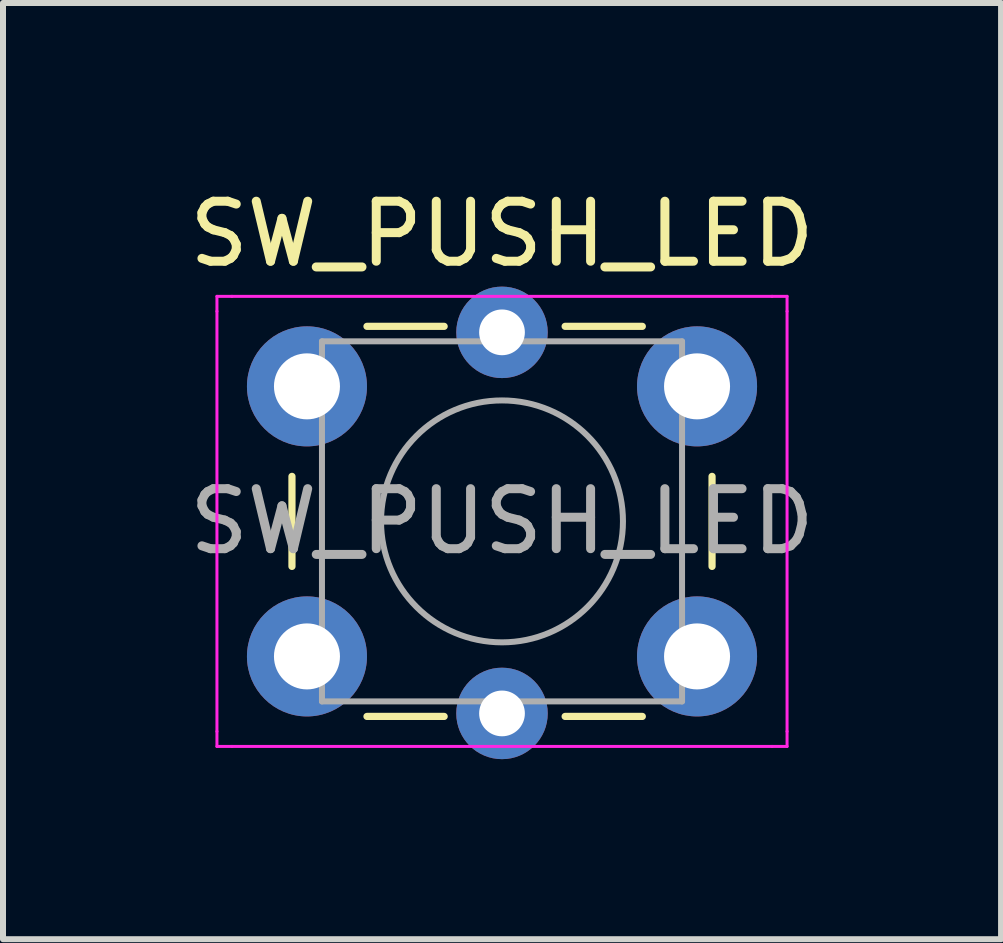
<source format=kicad_pcb>
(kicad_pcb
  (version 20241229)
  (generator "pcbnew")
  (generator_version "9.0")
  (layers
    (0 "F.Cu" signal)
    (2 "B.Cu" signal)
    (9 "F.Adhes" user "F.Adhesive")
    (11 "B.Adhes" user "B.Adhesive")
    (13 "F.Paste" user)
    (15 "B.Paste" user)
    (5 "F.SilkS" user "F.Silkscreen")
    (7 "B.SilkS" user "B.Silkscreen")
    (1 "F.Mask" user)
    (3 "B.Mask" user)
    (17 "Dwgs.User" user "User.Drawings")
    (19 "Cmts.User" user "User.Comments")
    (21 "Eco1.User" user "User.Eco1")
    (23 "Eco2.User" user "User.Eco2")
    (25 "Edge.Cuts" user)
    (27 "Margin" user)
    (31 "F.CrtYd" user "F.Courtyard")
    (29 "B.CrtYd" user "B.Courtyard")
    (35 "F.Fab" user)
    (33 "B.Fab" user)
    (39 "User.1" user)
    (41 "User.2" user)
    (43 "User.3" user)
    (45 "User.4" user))
  (footprint "SW_PUSH_LED"
    (layer "F.Cu")
    (at 5.267 5.59)
    (property "Reference" "SW_PUSH_LED" (at 0.048 -4.742 0) (layer "F.SilkS") (effects (font (size 1 1) (thickness 0.15))))
    (attr through_hole)
    (fp_line (start -3.452 -0.702) (end -3.452 0.798) (stroke (width 0.12) (type solid)) (layer "F.SilkS"))
    (fp_line (start -2.202 3.298) (end -0.916 3.298) (stroke (width 0.12) (type solid)) (layer "F.SilkS"))
    (fp_line (start -0.916 -3.202) (end -2.202 -3.202) (stroke (width 0.12) (type solid)) (layer "F.SilkS"))
    (fp_line (start 1.1 3.298) (end 2.386 3.298) (stroke (width 0.12) (type solid)) (layer "F.SilkS"))
    (fp_line (start 2.386 -3.202) (end 1.1 -3.202) (stroke (width 0.12) (type solid)) (layer "F.SilkS"))
    (fp_line (start 3.548 0.798) (end 3.548 -0.702) (stroke (width 0.12) (type solid)) (layer "F.SilkS"))
    (fp_line (start -4.702 -3.702) (end -4.452 -3.702) (stroke (width 0.05) (type solid)) (layer "F.CrtYd"))
    (fp_line (start -4.702 -3.452) (end -4.702 -3.702) (stroke (width 0.05) (type solid)) (layer "F.CrtYd"))
    (fp_line (start -4.702 3.548) (end -4.702 -3.452) (stroke (width 0.05) (type solid)) (layer "F.CrtYd"))
    (fp_line (start -4.702 3.548) (end -4.702 3.798) (stroke (width 0.05) (type solid)) (layer "F.CrtYd"))
    (fp_line (start -4.702 3.798) (end -4.452 3.798) (stroke (width 0.05) (type solid)) (layer "F.CrtYd"))
    (fp_line (start -4.452 -3.702) (end 4.548 -3.702) (stroke (width 0.05) (type solid)) (layer "F.CrtYd"))
    (fp_line (start 4.548 -3.702) (end 4.798 -3.702) (stroke (width 0.05) (type solid)) (layer "F.CrtYd"))
    (fp_line (start 4.548 3.798) (end -4.452 3.798) (stroke (width 0.05) (type solid)) (layer "F.CrtYd"))
    (fp_line (start 4.548 3.798) (end 4.798 3.798) (stroke (width 0.05) (type solid)) (layer "F.CrtYd"))
    (fp_line (start 4.798 -3.702) (end 4.798 -3.452) (stroke (width 0.05) (type solid)) (layer "F.CrtYd"))
    (fp_line (start 4.798 -3.452) (end 4.798 3.548) (stroke (width 0.05) (type solid)) (layer "F.CrtYd"))
    (fp_line (start 4.798 3.798) (end 4.798 3.548) (stroke (width 0.05) (type solid)) (layer "F.CrtYd"))
    (fp_line (start -2.952 -2.952) (end 0.048 -2.952) (stroke (width 0.1) (type solid)) (layer "F.Fab"))
    (fp_line (start -2.952 3.048) (end -2.952 -2.952) (stroke (width 0.1) (type solid)) (layer "F.Fab"))
    (fp_line (start 0.048 -2.952) (end 3.048 -2.952) (stroke (width 0.1) (type solid)) (layer "F.Fab"))
    (fp_line (start 3.048 -2.952) (end 3.048 3.048) (stroke (width 0.1) (type solid)) (layer "F.Fab"))
    (fp_line (start 3.048 3.048) (end -2.952 3.048) (stroke (width 0.1) (type solid)) (layer "F.Fab"))
    (fp_circle (center 0.048 0.048) (end -1.952 0.298) (stroke (width 0.1) (type solid)) (fill no) (layer "F.Fab"))
    (fp_text user "${REFERENCE}" (at 0.048 0.048 0) (layer "F.Fab") (effects (font (size 1 1) (thickness 0.15))))
    (pad "1" thru_hole circle (at -3.202 -2.202 90) (size 2 2) (drill 1.1) (layers "*.Cu" "*.Mask"))
    (pad "1" thru_hole circle (at 3.298 -2.202 90) (size 2 2) (drill 1.1) (layers "*.Cu" "*.Mask"))
    (pad "2" thru_hole circle (at -3.202 2.298 90) (size 2 2) (drill 1.1) (layers "*.Cu" "*.Mask"))
    (pad "2" thru_hole circle (at 3.298 2.298 90) (size 2 2) (drill 1.1) (layers "*.Cu" "*.Mask"))
    (pad "3" thru_hole circle (at 0.048 -3.102) (size 1.524 1.524) (drill 0.762) (layers "*.Cu" "*.Mask"))
    (pad "4" thru_hole circle (at 0.048 3.248) (size 1.524 1.524) (drill 0.762) (layers "*.Cu" "*.Mask")))
  (gr_rect
    (start -3 -3)
    (end 13.631 12.6)
    (stroke (width 0.1) (type default))
    (fill no)
    (layer "Edge.Cuts")))
</source>
